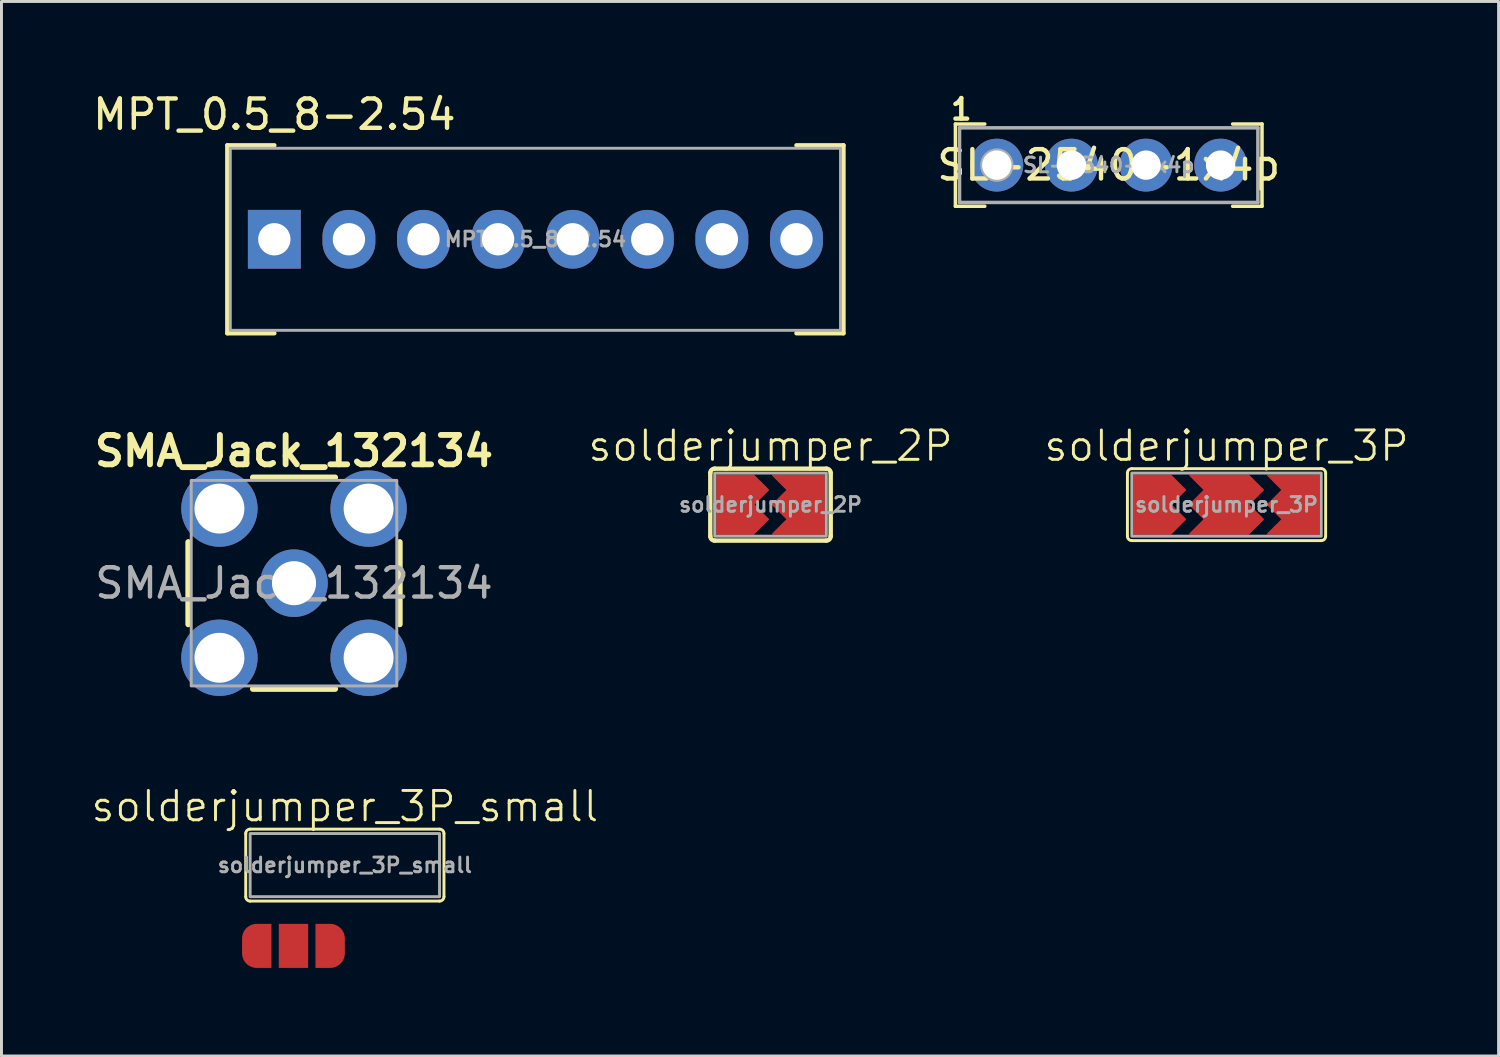
<source format=kicad_pcb>
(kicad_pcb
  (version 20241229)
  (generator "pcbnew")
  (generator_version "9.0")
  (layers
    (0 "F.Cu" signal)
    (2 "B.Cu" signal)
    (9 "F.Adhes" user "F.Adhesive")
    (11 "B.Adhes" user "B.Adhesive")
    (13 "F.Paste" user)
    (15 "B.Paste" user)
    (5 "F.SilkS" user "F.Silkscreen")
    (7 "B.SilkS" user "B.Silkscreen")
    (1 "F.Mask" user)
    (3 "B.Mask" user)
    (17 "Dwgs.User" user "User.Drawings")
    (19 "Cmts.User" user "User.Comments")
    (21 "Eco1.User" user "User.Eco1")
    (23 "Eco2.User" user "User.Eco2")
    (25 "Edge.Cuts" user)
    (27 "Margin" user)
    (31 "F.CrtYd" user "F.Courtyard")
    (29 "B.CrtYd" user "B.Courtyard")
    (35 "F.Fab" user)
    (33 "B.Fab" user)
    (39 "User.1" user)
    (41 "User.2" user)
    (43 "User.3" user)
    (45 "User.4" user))
  (footprint "solderjumper_2P"
    (layer "F.Cu")
    (at 23.188 14.134)
    (property "Reference" "solderjumper_2P" (at 0 -2 0) (unlocked yes) (layer "F.SilkS") (effects (font (size 1 1) (thickness 0.1))))
    (attr smd)
    (fp_line (start -2.05 -1.075) (end -2.05 1.075) (stroke (width 0.15) (type default)) (layer "F.SilkS"))
    (fp_line (start -1.9 -1.225) (end 1.9 -1.225) (stroke (width 0.15) (type default)) (layer "F.SilkS"))
    (fp_line (start 1.9 1.225) (end -1.9 1.225) (stroke (width 0.15) (type default)) (layer "F.SilkS"))
    (fp_line (start 2.05 -1.075) (end 2.05 1.075) (stroke (width 0.15) (type default)) (layer "F.SilkS"))
    (fp_arc (start -2.05 -1.075) (mid -2.006066 -1.181066) (end -1.9 -1.225) (stroke (width 0.15) (type default)) (layer "F.SilkS"))
    (fp_arc (start -1.9 1.225) (mid -2.006066 1.181066) (end -2.05 1.075) (stroke (width 0.15) (type default)) (layer "F.SilkS"))
    (fp_arc (start 1.9 -1.225) (mid 2.006066 -1.181066) (end 2.05 -1.075) (stroke (width 0.15) (type default)) (layer "F.SilkS"))
    (fp_arc (start 2.05 1.075) (mid 2.006066 1.181066) (end 1.9 1.225) (stroke (width 0.15) (type default)) (layer "F.SilkS"))
    (fp_rect (start -1.9 -1.075) (end 1.9 1.075) (stroke (width 0.1) (type default)) (fill no) (layer "F.Fab"))
    (fp_text user "${REFERENCE}" (at 0 0 0) (unlocked yes) (layer "F.Fab") (effects (font (size 0.5 0.5) (thickness 0.1))))
    (pad "1" smd custom (at -1.075 0) (size 1 1) (layers "F.Cu" "F.Mask") (options (anchor circle)) (primitives (gr_poly (pts (xy 0.5 -1) (xy 1 -0.5) (xy 0.5 0) (xy 1 0.5) (xy 0.5 1) (xy -0.75 1) (xy -0.75 -1)) (width 0.05) (fill yes))))
    (pad "3" smd custom (at 1.075 0) (size 1 1) (layers "F.Cu" "F.Mask") (options (anchor circle)) (primitives (gr_poly (pts (xy -1 -1) (xy -0.5 -0.5) (xy -1 0) (xy -0.5 0.5) (xy -1 1) (xy 0.75 1) (xy 0.75 -1)) (width 0.05) (fill yes)))))
  (footprint "MPT_0.5_8-2.54"
    (layer "F.Cu")
    (at 6.292 5.098)
    (property "Reference" "MPT_0.5_8-2.54" (at 0 -4.25 0) (unlocked yes) (layer "F.SilkS") (effects (font (size 1 1) (thickness 0.15))))
    (attr smd)
    (fp_line (start -1.6 -3.2) (end -1.6 3.2) (stroke (width 0.15) (type default)) (layer "F.SilkS"))
    (fp_line (start 0 -3.2) (end -1.6 -3.2) (stroke (width 0.15) (type default)) (layer "F.SilkS"))
    (fp_line (start 0 3.2) (end -1.6 3.2) (stroke (width 0.15) (type default)) (layer "F.SilkS"))
    (fp_line (start 17.78 -3.2) (end 19.38 -3.2) (stroke (width 0.15) (type default)) (layer "F.SilkS"))
    (fp_line (start 17.78 3.2) (end 19.38 3.2) (stroke (width 0.15) (type default)) (layer "F.SilkS"))
    (fp_line (start 19.38 3.2) (end 19.38 -3.2) (stroke (width 0.15) (type default)) (layer "F.SilkS"))
    (fp_rect (start -1.5 -3.1) (end 19.28 3.1) (stroke (width 0.1) (type default)) (fill no) (layer "F.Fab"))
    (fp_text user "${REFERENCE}" (at 8.89 0 0) (unlocked yes) (layer "F.Fab") (effects (font (size 0.5 0.5) (thickness 0.1))))
    (pad "1" thru_hole rect (at 0 0) (size 1.8 2) (drill 1.1) (layers "*.Cu" "*.Mask"))
    (pad "2" thru_hole oval (at 2.54 0) (size 1.8 2) (drill 1.1) (layers "*.Cu" "*.Mask"))
    (pad "3" thru_hole oval (at 5.08 0) (size 1.8 2) (drill 1.1) (layers "*.Cu" "*.Mask"))
    (pad "4" thru_hole oval (at 7.62 0) (size 1.8 2) (drill 1.1) (layers "*.Cu" "*.Mask"))
    (pad "5" thru_hole oval (at 10.16 0) (size 1.8 2) (drill 1.1) (layers "*.Cu" "*.Mask"))
    (pad "6" thru_hole oval (at 12.7 0) (size 1.8 2) (drill 1.1) (layers "*.Cu" "*.Mask"))
    (pad "7" thru_hole oval (at 15.24 0) (size 1.8 2) (drill 1.1) (layers "*.Cu" "*.Mask"))
    (pad "8" thru_hole oval (at 17.78 0) (size 1.8 2) (drill 1.1) (layers "*.Cu" "*.Mask")))
  (footprint "SMA_Jack_132134"
    (layer "F.Cu")
    (at 6.962 16.809)
    (property "Reference" "SMA_Jack_132134" (at 0 -4.5 0) (unlocked yes) (layer "F.SilkS") (effects (font (size 1 1) (thickness 0.2))))
    (attr through_hole)
    (fp_line (start -3.6 -1.4) (end -3.6 1.4) (stroke (width 0.2) (type default)) (layer "F.SilkS"))
    (fp_line (start -1.4 -3.6) (end 1.4 -3.6) (stroke (width 0.2) (type default)) (layer "F.SilkS"))
    (fp_line (start 1.4 3.6) (end -1.4 3.6) (stroke (width 0.2) (type default)) (layer "F.SilkS"))
    (fp_line (start 3.6 1.4) (end 3.6 -1.4) (stroke (width 0.2) (type default)) (layer "F.SilkS"))
    (fp_rect (start -3.5 -3.5) (end 3.5 3.5) (stroke (width 0.1) (type default)) (fill no) (layer "F.Fab"))
    (fp_text user "${REFERENCE}" (at 0 0 0) (unlocked yes) (layer "F.Fab") (effects (font (size 1 1) (thickness 0.15))))
    (pad "1" thru_hole circle (at 0 0) (size 2.3 2.3) (drill 1.5) (layers "*.Cu" "*.Mask"))
    (pad "2" thru_hole circle (at -2.54 -2.54) (size 2.6 2.6) (drill 1.7) (layers "*.Cu" "*.Mask"))
    (pad "2" thru_hole circle (at -2.54 2.54) (size 2.6 2.6) (drill 1.7) (layers "*.Cu" "*.Mask"))
    (pad "2" thru_hole circle (at 2.54 -2.54) (size 2.6 2.6) (drill 1.7) (layers "*.Cu" "*.Mask"))
    (pad "2" thru_hole circle (at 2.54 2.54) (size 2.6 2.6) (drill 1.7) (layers "*.Cu" "*.Mask")))
  (footprint "solderjumper_3P"
    (layer "F.Cu")
    (at 38.717 14.134)
    (property "Reference" "solderjumper_3P" (at 0 -2 0) (unlocked yes) (layer "F.SilkS") (effects (font (size 1 1) (thickness 0.1))))
    (attr smd)
    (fp_line (start -3.375 -1.075) (end -3.375 1.075) (stroke (width 0.1) (type default)) (layer "F.SilkS"))
    (fp_line (start -3.225 -1.225) (end 3.225 -1.225) (stroke (width 0.1) (type default)) (layer "F.SilkS"))
    (fp_line (start 3.225 1.225) (end -3.225 1.225) (stroke (width 0.1) (type default)) (layer "F.SilkS"))
    (fp_line (start 3.375 -1.075) (end 3.375 1.075) (stroke (width 0.1) (type default)) (layer "F.SilkS"))
    (fp_arc (start -3.375 -1.075) (mid -3.331066 -1.181066) (end -3.225 -1.225) (stroke (width 0.1) (type default)) (layer "F.SilkS"))
    (fp_arc (start -3.225 1.225) (mid -3.331066 1.181066) (end -3.375 1.075) (stroke (width 0.1) (type default)) (layer "F.SilkS"))
    (fp_arc (start 3.225 -1.225) (mid 3.331066 -1.181066) (end 3.375 -1.075) (stroke (width 0.1) (type default)) (layer "F.SilkS"))
    (fp_arc (start 3.375 1.075) (mid 3.331066 1.181066) (end 3.225 1.225) (stroke (width 0.1) (type default)) (layer "F.SilkS"))
    (fp_rect (start -3.225 -1.075) (end 3.225 1.075) (stroke (width 0.1) (type default)) (fill no) (layer "F.Fab"))
    (fp_text user "${REFERENCE}" (at 0 0 0) (unlocked yes) (layer "F.Fab") (effects (font (size 0.5 0.5) (thickness 0.1))))
    (pad "1" smd custom (at -2.4 0) (size 1 1) (property pad_prop_testpoint) (layers "F.Cu" "F.Mask") (options (anchor circle)) (primitives (gr_poly (pts (xy 0.5 -1) (xy 1 -0.5) (xy 0.5 0) (xy 1 0.5) (xy 0.5 1) (xy -0.75 1) (xy -0.75 -1)) (width 0.05) (fill yes))))
    (pad "2" smd custom (at 0 0) (size 1 1) (layers "F.Cu" "F.Mask") (options (anchor circle)) (primitives (gr_poly (pts (xy -1.25 -1) (xy -0.75 -0.5) (xy -1.25 0) (xy -0.75 0.5) (xy -1.25 1) (xy 0.75 1) (xy 1.25 0.5) (xy 0.75 0) (xy 1.25 -0.5) (xy 0.75 -1)) (width 0.05) (fill yes))))
    (pad "3" smd custom (at 2.4 0) (size 1 1) (layers "F.Cu" "F.Mask") (options (anchor circle)) (primitives (gr_poly (pts (xy -1 -1) (xy -0.5 -0.5) (xy -1 0) (xy -0.5 0.5) (xy -1 1) (xy 0.75 1) (xy 0.75 -1)) (width 0.05) (fill yes)))))
  (footprint "SL-2540-1x4p"
    (layer "F.Cu")
    (at 34.705 2.573)
    (property "Reference" "SL-2540-1x4p" (at 0 0 0) (layer "F.SilkS") (effects (font (size 1 1) (thickness 0.15))))
    (attr through_hole)
    (fp_line (start -5.22 -1.4) (end -5.22 1.4) (stroke (width 0.12) (type solid)) (layer "F.SilkS"))
    (fp_line (start -5.22 -1.4) (end -4.22 -1.4) (stroke (width 0.12) (type solid)) (layer "F.SilkS"))
    (fp_line (start -5.22 1.4) (end -4.22 1.4) (stroke (width 0.12) (type solid)) (layer "F.SilkS"))
    (fp_line (start 5.22 -1.4) (end 4.22 -1.4) (stroke (width 0.12) (type solid)) (layer "F.SilkS"))
    (fp_line (start 5.22 1.4) (end 4.22 1.4) (stroke (width 0.12) (type solid)) (layer "F.SilkS"))
    (fp_line (start 5.22 1.4) (end 5.22 -1.4) (stroke (width 0.12) (type solid)) (layer "F.SilkS"))
    (fp_line (start -5.08 -1.27) (end -5.08 1.27) (stroke (width 0.12) (type solid)) (layer "F.Fab"))
    (fp_line (start -5.08 1.27) (end 5.08 1.27) (stroke (width 0.12) (type solid)) (layer "F.Fab"))
    (fp_line (start 5.08 -1.27) (end -5.08 -1.27) (stroke (width 0.12) (type solid)) (layer "F.Fab"))
    (fp_line (start 5.08 1.27) (end 5.08 -1.27) (stroke (width 0.12) (type solid)) (layer "F.Fab"))
    (fp_circle (center -3.81 0) (end -3.81 -0.508) (stroke (width 0.12) (type solid)) (fill no) (layer "F.Fab"))
    (fp_text user "1" (at -5.02 -1.9 0) (layer "F.SilkS") (effects (font (size 0.7 0.7) (thickness 0.15))))
    (fp_text user "${REFERENCE}" (at 0 0 0) (layer "F.Fab") (effects (font (size 0.5 0.5) (thickness 0.1))))
    (pad "1" thru_hole circle (at -3.81 0) (size 1.8 1.8) (drill 1) (layers "*.Cu" "*.Mask"))
    (pad "2" thru_hole circle (at -1.27 0) (size 1.8 1.8) (drill 1) (layers "*.Cu" "*.Mask"))
    (pad "3" thru_hole circle (at 1.27 0) (size 1.8 1.8) (drill 1) (layers "*.Cu" "*.Mask"))
    (pad "4" thru_hole circle (at 3.81 0) (size 1.8 1.8) (drill 1) (layers "*.Cu" "*.Mask")))
  (footprint "solderjumper_3P_small"
    (layer "F.Cu")
    (at 8.693 26.41)
    (property "Reference" "solderjumper_3P_small" (at 0 -2 0) (unlocked yes) (layer "F.SilkS") (effects (font (size 1 1) (thickness 0.1))))
    (attr smd)
    (fp_line (start -3.375 -1.075) (end -3.375 1.075) (stroke (width 0.1) (type default)) (layer "F.SilkS"))
    (fp_line (start -3.225 -1.225) (end 3.225 -1.225) (stroke (width 0.1) (type default)) (layer "F.SilkS"))
    (fp_line (start 3.225 1.225) (end -3.225 1.225) (stroke (width 0.1) (type default)) (layer "F.SilkS"))
    (fp_line (start 3.375 -1.075) (end 3.375 1.075) (stroke (width 0.1) (type default)) (layer "F.SilkS"))
    (fp_arc (start -3.375 -1.075) (mid -3.331066 -1.181066) (end -3.225 -1.225) (stroke (width 0.1) (type default)) (layer "F.SilkS"))
    (fp_arc (start -3.225 1.225) (mid -3.331066 1.181066) (end -3.375 1.075) (stroke (width 0.1) (type default)) (layer "F.SilkS"))
    (fp_arc (start 3.225 -1.225) (mid 3.331066 -1.181066) (end 3.375 -1.075) (stroke (width 0.1) (type default)) (layer "F.SilkS"))
    (fp_arc (start 3.375 1.075) (mid 3.331066 1.181066) (end 3.225 1.225) (stroke (width 0.1) (type default)) (layer "F.SilkS"))
    (fp_rect (start -3.225 -1.075) (end 3.225 1.075) (stroke (width 0.1) (type default)) (fill no) (layer "F.Fab"))
    (fp_text user "${REFERENCE}" (at 0 0 0) (unlocked yes) (layer "F.Fab") (effects (font (size 0.5 0.5) (thickness 0.1))))
    (pad "1" smd custom (at -3 2.75) (size 0.5 0.5) (property pad_prop_testpoint) (layers "F.Cu" "F.Mask") (options (anchor circle)) (primitives (gr_poly (pts (arc (start 0 -0.75) (mid -0.353553 -0.603553) (end -0.5 -0.25)) (arc (start -0.499999 0.25) (mid -0.353552 0.603552) (end 0 0.749999)) (xy 0.5 0.75) (xy 0.5 -0.75)) (width 0) (fill yes))))
    (pad "2" smd custom (at -1.75 2.75) (size 1 1) (layers "F.Cu" "F.Mask") (options (anchor circle)) (primitives (gr_poly (pts (xy -0.5 -0.75) (xy 0.5 -0.75) (xy 0.5 0.75) (xy -0.5 0.75)) (width 0) (fill yes))))
    (pad "3" smd custom (at -0.5 2.75 180) (size 0.5 0.5) (property pad_prop_testpoint) (layers "F.Cu" "F.Mask") (options (anchor circle)) (primitives (gr_poly (pts (arc (start 0 -0.75) (mid -0.353553 -0.603553) (end -0.5 -0.25)) (arc (start -0.499999 0.25) (mid -0.353552 0.603552) (end 0 0.749999)) (xy 0.5 0.75) (xy 0.5 -0.75)) (width 0) (fill yes)))))
  (gr_rect
    (start -3 -3)
    (end 47.981 32.91)
    (stroke (width 0.1) (type default))
    (fill no)
    (layer "Edge.Cuts")))
</source>
